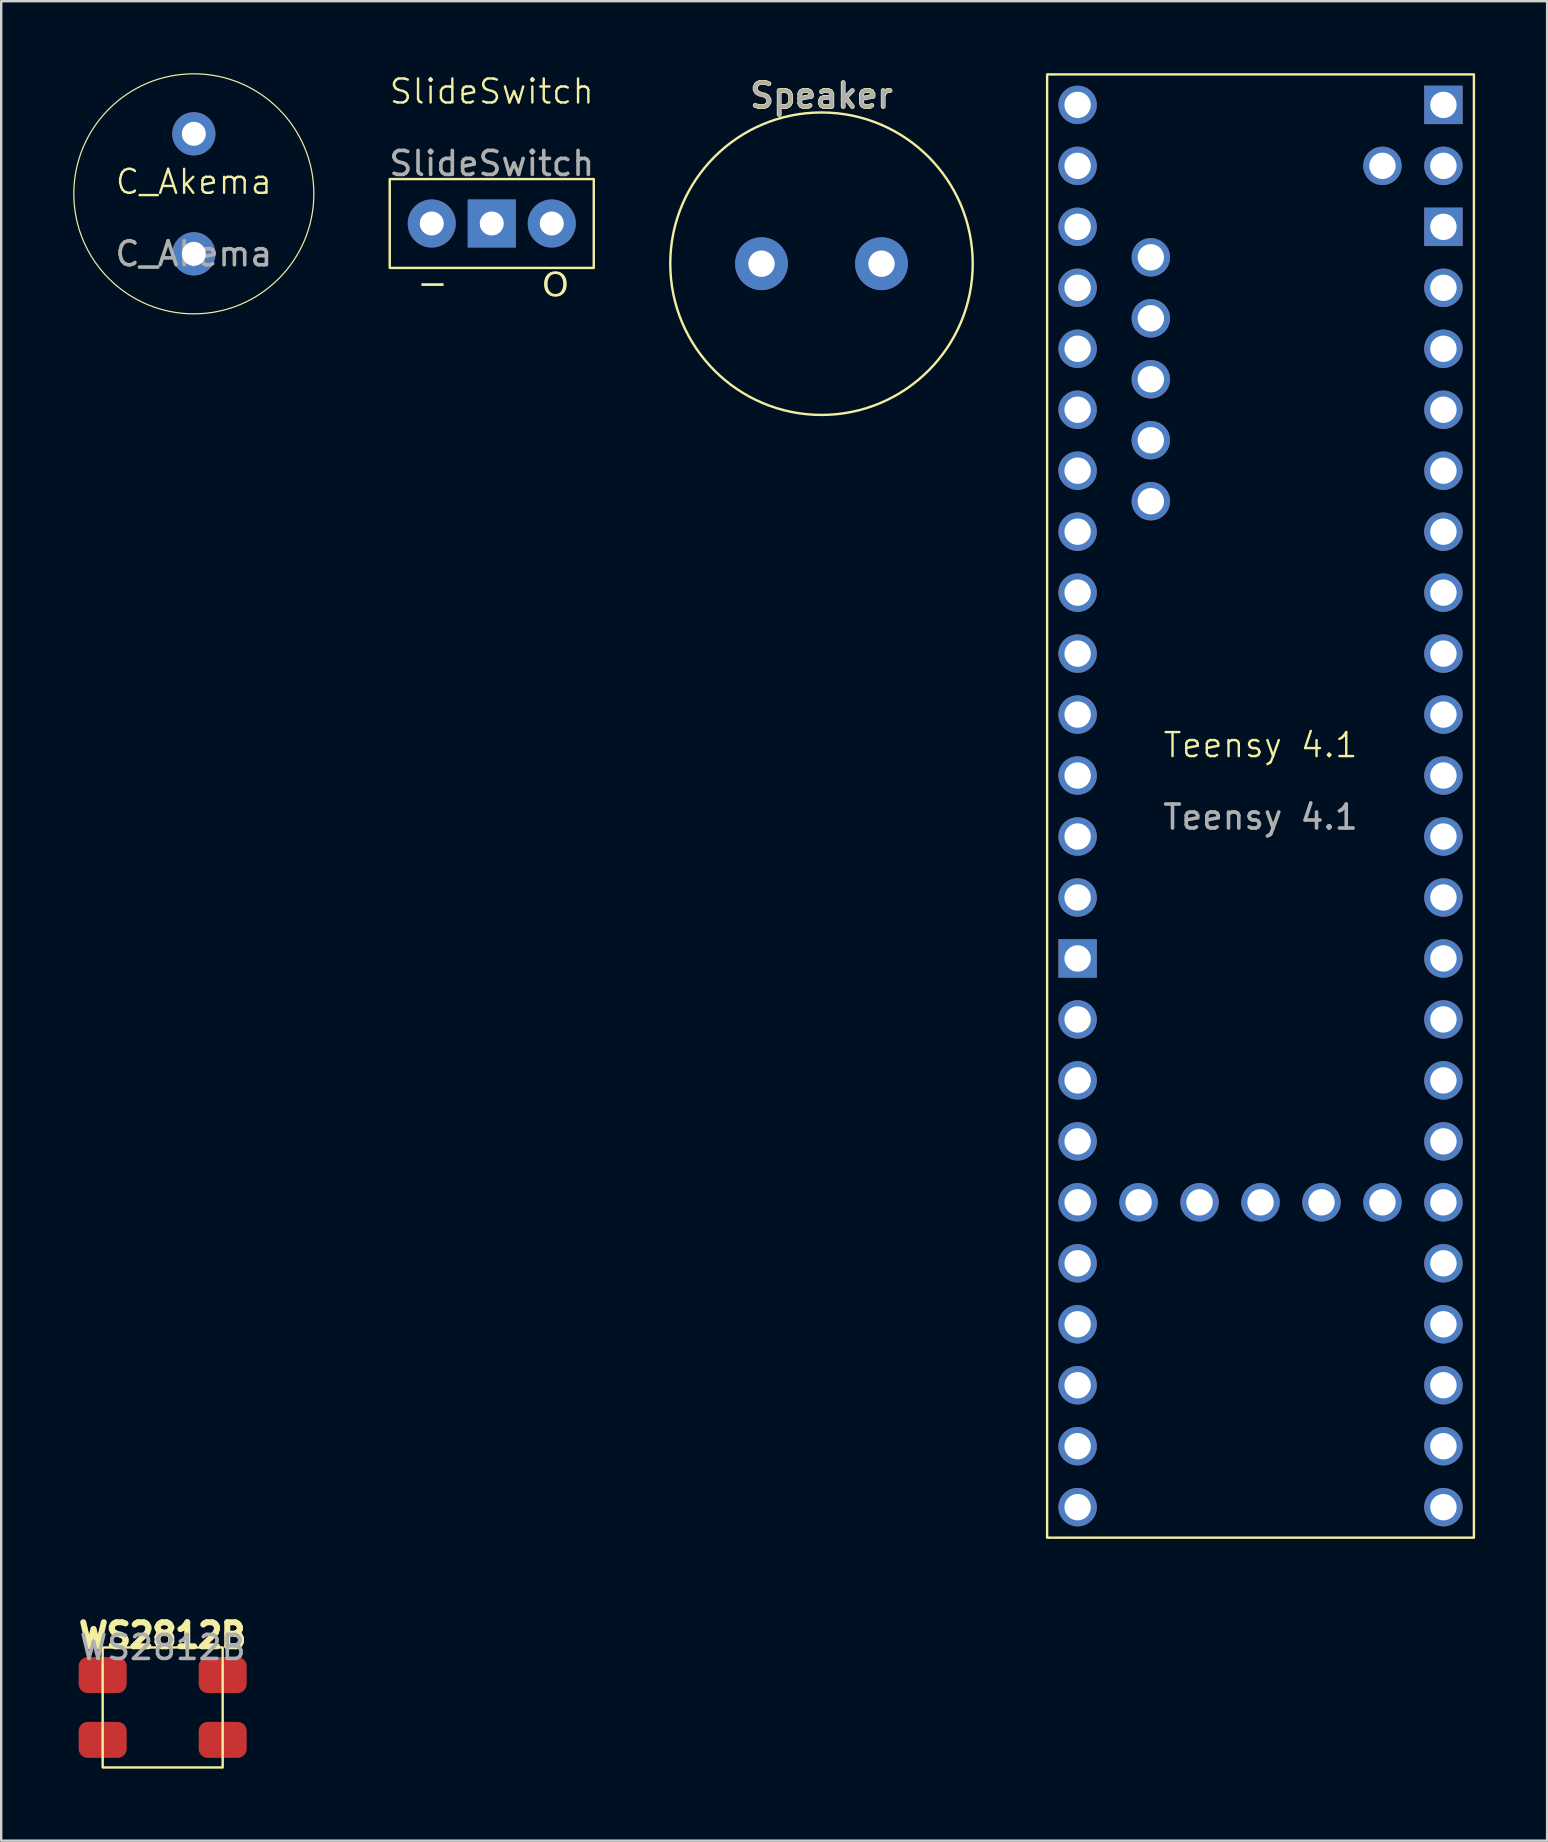
<source format=kicad_pcb>
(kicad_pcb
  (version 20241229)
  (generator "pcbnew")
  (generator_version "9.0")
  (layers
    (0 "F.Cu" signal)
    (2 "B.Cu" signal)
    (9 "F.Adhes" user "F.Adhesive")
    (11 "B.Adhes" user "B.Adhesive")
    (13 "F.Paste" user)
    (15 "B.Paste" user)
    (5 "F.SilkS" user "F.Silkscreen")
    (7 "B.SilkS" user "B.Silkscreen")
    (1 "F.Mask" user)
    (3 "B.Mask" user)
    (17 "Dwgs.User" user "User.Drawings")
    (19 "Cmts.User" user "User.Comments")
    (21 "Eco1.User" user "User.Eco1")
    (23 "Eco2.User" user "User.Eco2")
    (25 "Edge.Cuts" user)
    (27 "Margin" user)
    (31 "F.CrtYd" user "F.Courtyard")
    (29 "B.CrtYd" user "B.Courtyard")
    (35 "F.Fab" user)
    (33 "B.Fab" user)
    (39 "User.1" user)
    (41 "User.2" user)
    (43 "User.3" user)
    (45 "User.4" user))
  (footprint "Teensy 4.1"
    (layer "F.Cu")
    (at 49.464 30.53)
    (property "Reference" "Teensy 4.1" (at 0 -2.54 0) (unlocked yes) (layer "F.SilkS") (effects (font (size 1 1) (thickness 0.1))))
    (attr through_hole)
    (fp_rect (start -8.89 -30.48) (end 8.89 30.48) (stroke (width 0.1) (type default)) (fill no) (layer "F.SilkS"))
    (fp_text user "${REFERENCE}" (at 0 0.46 0) (unlocked yes) (layer "F.Fab") (effects (font (size 1 1) (thickness 0.15))))
    (pad "" thru_hole circle (at -5.08 16.51) (size 1.6 1.6) (drill 1.1) (layers "*.Cu" "*.Mask"))
    (pad "" thru_hole circle (at -4.57 -22.86) (size 1.6 1.6) (drill 1.1) (layers "*.Cu" "*.Mask"))
    (pad "" thru_hole circle (at -4.57 -20.32) (size 1.6 1.6) (drill 1.1) (layers "*.Cu" "*.Mask"))
    (pad "" thru_hole circle (at -4.57 -17.78) (size 1.6 1.6) (drill 1.1) (layers "*.Cu" "*.Mask"))
    (pad "" thru_hole circle (at -4.57 -15.24) (size 1.6 1.6) (drill 1.1) (layers "*.Cu" "*.Mask"))
    (pad "" thru_hole circle (at -4.57 -12.7) (size 1.6 1.6) (drill 1.1) (layers "*.Cu" "*.Mask"))
    (pad "" thru_hole circle (at -2.54 16.51) (size 1.6 1.6) (drill 1.1) (layers "*.Cu" "*.Mask"))
    (pad "" thru_hole circle (at 0 16.51) (size 1.6 1.6) (drill 1.1) (layers "*.Cu" "*.Mask"))
    (pad "" thru_hole circle (at 2.54 16.51) (size 1.6 1.6) (drill 1.1) (layers "*.Cu" "*.Mask"))
    (pad "" thru_hole circle (at 5.08 -26.67) (size 1.6 1.6) (drill 1.1) (layers "*.Cu" "*.Mask"))
    (pad "" thru_hole circle (at 5.08 16.51) (size 1.6 1.6) (drill 1.1) (layers "*.Cu" "*.Mask"))
    (pad "0" thru_hole circle (at -7.62 -26.67) (size 1.6 1.6) (drill 1.1) (layers "*.Cu" "*.Mask"))
    (pad "1" thru_hole circle (at -7.62 -24.13) (size 1.6 1.6) (drill 1.1) (layers "*.Cu" "*.Mask"))
    (pad "2" thru_hole circle (at -7.62 -21.59) (size 1.6 1.6) (drill 1.1) (layers "*.Cu" "*.Mask"))
    (pad "3" thru_hole circle (at -7.62 -19.05) (size 1.6 1.6) (drill 1.1) (layers "*.Cu" "*.Mask"))
    (pad "4" thru_hole circle (at -7.62 -16.51) (size 1.6 1.6) (drill 1.1) (layers "*.Cu" "*.Mask"))
    (pad "5" thru_hole circle (at -7.62 -13.97) (size 1.6 1.6) (drill 1.1) (layers "*.Cu" "*.Mask"))
    (pad "6" thru_hole circle (at -7.62 -11.43) (size 1.6 1.6) (drill 1.1) (layers "*.Cu" "*.Mask"))
    (pad "7" thru_hole circle (at -7.62 -8.89) (size 1.6 1.6) (drill 1.1) (layers "*.Cu" "*.Mask"))
    (pad "8" thru_hole circle (at -7.62 -6.35) (size 1.6 1.6) (drill 1.1) (layers "*.Cu" "*.Mask"))
    (pad "9" thru_hole circle (at -7.62 -3.81) (size 1.6 1.6) (drill 1.1) (layers "*.Cu" "*.Mask"))
    (pad "10" thru_hole circle (at -7.62 -1.27) (size 1.6 1.6) (drill 1.1) (layers "*.Cu" "*.Mask"))
    (pad "11" thru_hole circle (at -7.62 1.27) (size 1.6 1.6) (drill 1.1) (layers "*.Cu" "*.Mask"))
    (pad "12" thru_hole circle (at -7.62 3.81) (size 1.6 1.6) (drill 1.1) (layers "*.Cu" "*.Mask"))
    (pad "13" thru_hole circle (at 7.62 3.81) (size 1.6 1.6) (drill 1.1) (layers "*.Cu" "*.Mask"))
    (pad "14" thru_hole circle (at 7.62 1.27) (size 1.6 1.6) (drill 1.1) (layers "*.Cu" "*.Mask"))
    (pad "15" thru_hole circle (at 7.62 -1.27) (size 1.6 1.6) (drill 1.1) (layers "*.Cu" "*.Mask"))
    (pad "16" thru_hole circle (at 7.62 -3.81) (size 1.6 1.6) (drill 1.1) (layers "*.Cu" "*.Mask"))
    (pad "17" thru_hole circle (at 7.62 -6.35) (size 1.6 1.6) (drill 1.1) (layers "*.Cu" "*.Mask"))
    (pad "18" thru_hole circle (at 7.62 -8.89) (size 1.6 1.6) (drill 1.1) (layers "*.Cu" "*.Mask"))
    (pad "19" thru_hole circle (at 7.62 -11.43) (size 1.6 1.6) (drill 1.1) (layers "*.Cu" "*.Mask"))
    (pad "20" thru_hole circle (at 7.62 -13.97) (size 1.6 1.6) (drill 1.1) (layers "*.Cu" "*.Mask"))
    (pad "21" thru_hole circle (at 7.62 -16.51) (size 1.6 1.6) (drill 1.1) (layers "*.Cu" "*.Mask"))
    (pad "22" thru_hole circle (at 7.62 -19.05) (size 1.6 1.6) (drill 1.1) (layers "*.Cu" "*.Mask"))
    (pad "23" thru_hole circle (at 7.62 -21.59) (size 1.6 1.6) (drill 1.1) (layers "*.Cu" "*.Mask"))
    (pad "24" thru_hole circle (at -7.62 8.89) (size 1.6 1.6) (drill 1.1) (layers "*.Cu" "*.Mask"))
    (pad "25" thru_hole circle (at -7.62 11.43) (size 1.6 1.6) (drill 1.1) (layers "*.Cu" "*.Mask"))
    (pad "26" thru_hole circle (at -7.62 13.97) (size 1.6 1.6) (drill 1.1) (layers "*.Cu" "*.Mask"))
    (pad "27" thru_hole circle (at -7.62 16.51) (size 1.6 1.6) (drill 1.1) (layers "*.Cu" "*.Mask"))
    (pad "28" thru_hole circle (at -7.62 19.05) (size 1.6 1.6) (drill 1.1) (layers "*.Cu" "*.Mask"))
    (pad "29" thru_hole circle (at -7.62 21.59) (size 1.6 1.6) (drill 1.1) (layers "*.Cu" "*.Mask"))
    (pad "30" thru_hole circle (at -7.62 24.13) (size 1.6 1.6) (drill 1.1) (layers "*.Cu" "*.Mask"))
    (pad "31" thru_hole circle (at -7.62 26.67) (size 1.6 1.6) (drill 1.1) (layers "*.Cu" "*.Mask"))
    (pad "32" thru_hole circle (at -7.62 29.21) (size 1.6 1.6) (drill 1.1) (layers "*.Cu" "*.Mask"))
    (pad "33" thru_hole circle (at 7.62 29.21) (size 1.6 1.6) (drill 1.1) (layers "*.Cu" "*.Mask"))
    (pad "34" thru_hole circle (at 7.62 26.67) (size 1.6 1.6) (drill 1.1) (layers "*.Cu" "*.Mask"))
    (pad "35" thru_hole circle (at 7.62 24.13) (size 1.6 1.6) (drill 1.1) (layers "*.Cu" "*.Mask"))
    (pad "36" thru_hole circle (at 7.62 21.59) (size 1.6 1.6) (drill 1.1) (layers "*.Cu" "*.Mask"))
    (pad "37" thru_hole circle (at 7.62 19.05) (size 1.6 1.6) (drill 1.1) (layers "*.Cu" "*.Mask"))
    (pad "38" thru_hole circle (at 7.62 16.51) (size 1.6 1.6) (drill 1.1) (layers "*.Cu" "*.Mask"))
    (pad "39" thru_hole circle (at 7.62 13.97) (size 1.6 1.6) (drill 1.1) (layers "*.Cu" "*.Mask"))
    (pad "40" thru_hole circle (at 7.62 11.43) (size 1.6 1.6) (drill 1.1) (layers "*.Cu" "*.Mask"))
    (pad "41" thru_hole circle (at 7.62 8.89) (size 1.6 1.6) (drill 1.1) (layers "*.Cu" "*.Mask"))
    (pad "100" thru_hole circle (at -7.62 -29.21) (size 1.6 1.6) (drill 1.1) (layers "*.Cu" "*.Mask"))
    (pad "101" thru_hole rect (at -7.62 6.35) (size 1.6 1.6) (drill 1.1) (layers "*.Cu" "*.Mask"))
    (pad "102" thru_hole rect (at 7.62 -29.21) (size 1.6 1.6) (drill 1.1) (layers "*.Cu" "*.Mask"))
    (pad "103" thru_hole circle (at 7.62 -26.67) (size 1.6 1.6) (drill 1.1) (layers "*.Cu" "*.Mask"))
    (pad "104" thru_hole rect (at 7.62 -24.13) (size 1.6 1.6) (drill 1.1) (layers "*.Cu" "*.Mask"))
    (pad "105" thru_hole circle (at 7.62 6.35) (size 1.6 1.6) (drill 1.1) (layers "*.Cu" "*.Mask")))
  (footprint "SlideSwitch"
    (layer "F.Cu")
    (at 17.437 6.261)
    (property "Reference" "SlideSwitch" (at 0 -5.5 0) (unlocked yes) (layer "F.SilkS") (effects (font (size 1 1) (thickness 0.1))))
    (attr through_hole)
    (fp_rect (start -4.25 -1.85) (end 4.25 1.85) (stroke (width 0.1) (type default)) (fill no) (layer "F.SilkS"))
    (fp_text user "-" (at -3.1 3.1 0) (unlocked yes) (layer "F.SilkS") (effects (font (face "Calibri") (size 1 2.5) (thickness 0.1)) (justify left bottom)))
    (fp_text user "O" (at 2.1 3.2 0) (unlocked yes) (layer "F.SilkS") (effects (font (face "Calibri") (size 1 1) (thickness 0.1)) (justify left bottom)))
    (fp_text user "${REFERENCE}" (at 0 -2.5 0) (unlocked yes) (layer "F.Fab") (effects (font (size 1 1) (thickness 0.15))))
    (pad "1" thru_hole circle (at -2.5 0) (size 2 2) (drill 1) (layers "*.Cu" "*.Mask"))
    (pad "2" thru_hole rect (at 0 0) (size 2 2) (drill 1) (layers "*.Cu" "*.Mask"))
    (pad "3" thru_hole circle (at 2.5 0) (size 2 2) (drill 1) (layers "*.Cu" "*.Mask")))
  (footprint "C_Akema"
    (layer "F.Cu")
    (at 5.025 5.025)
    (property "Reference" "C_Akema" (at 0 -0.5 0) (unlocked yes) (layer "F.SilkS") (effects (font (size 1 1) (thickness 0.1))))
    (attr smd)
    (fp_circle (center 0 0) (end 5 0) (stroke (width 0.05) (type default)) (fill no) (layer "F.SilkS"))
    (fp_text user "${REFERENCE}" (at 0 2.5 0) (unlocked yes) (layer "F.Fab") (effects (font (size 1 1) (thickness 0.15))))
    (pad "1" thru_hole circle (at 0 -2.5) (size 1.8 1.8) (drill 1) (layers "*.Cu" "*.Mask"))
    (pad "2" thru_hole circle (at 0 2.5) (size 1.8 1.8) (drill 1) (layers "*.Cu" "*.Mask")))
  (footprint "WS2812B"
    (layer "F.Cu")
    (at 3.727 68.084)
    (property "Reference" "WS2812B" (at 0 -3 0) (unlocked yes) (layer "F.SilkS") (effects (font (size 1 1) (thickness 0.25) (bold yes))))
    (attr smd)
    (fp_rect (start -2.5 2.5) (end 2.5 -2.5) (stroke (width 0.1) (type default)) (fill no) (layer "F.SilkS"))
    (fp_text user "${REFERENCE}" (at 0 -2.5 0) (unlocked yes) (layer "F.Fab") (effects (font (size 1 1) (thickness 0.15))))
    (pad "1" smd roundrect (at -2.5 -1.35) (size 2 1.5) (layers "F.Cu" "F.Mask" "F.Paste") (roundrect_rratio 0.25))
    (pad "2" smd roundrect (at -2.5 1.35) (size 2 1.5) (layers "F.Cu" "F.Mask" "F.Paste") (roundrect_rratio 0.25))
    (pad "3" smd roundrect (at 2.5 1.35) (size 2 1.5) (layers "F.Cu" "F.Mask" "F.Paste") (roundrect_rratio 0.25))
    (pad "4" smd roundrect (at 2.5 -1.35) (size 2 1.5) (layers "F.Cu" "F.Mask" "F.Paste") (roundrect_rratio 0.25)))
  (footprint "Speaker"
    (layer "F.Cu")
    (at 31.174 7.936)
    (property "Reference" "Speaker" (at 0 -7 0) (unlocked yes) (layer "F.SilkS") (effects (font (size 1 1) (thickness 0.2) (bold yes))))
    (attr through_hole)
    (fp_circle (center 0 0) (end 6.3 0) (stroke (width 0.1) (type default)) (fill no) (layer "F.SilkS"))
    (fp_text user "${REFERENCE}" (at 0 -7 0) (unlocked yes) (layer "F.Fab") (effects (font (size 1 1) (thickness 0.15))))
    (pad "1" thru_hole circle (at -2.5 0) (size 2.2 2.2) (drill 1.1) (layers "*.Cu" "*.Mask"))
    (pad "2" thru_hole circle (at 2.5 0) (size 2.2 2.2) (drill 1.1) (layers "*.Cu" "*.Mask")))
  (gr_rect
    (start -3 -3)
    (end 61.404 73.634)
    (stroke (width 0.1) (type default))
    (fill no)
    (layer "Edge.Cuts")))
</source>
